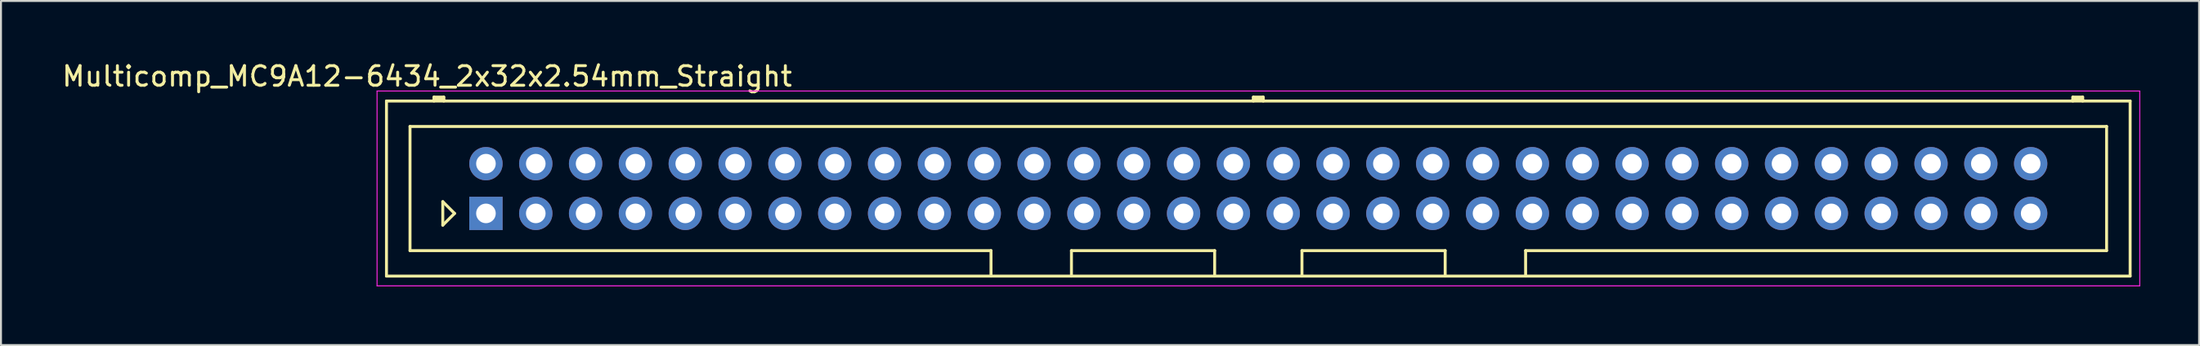
<source format=kicad_pcb>
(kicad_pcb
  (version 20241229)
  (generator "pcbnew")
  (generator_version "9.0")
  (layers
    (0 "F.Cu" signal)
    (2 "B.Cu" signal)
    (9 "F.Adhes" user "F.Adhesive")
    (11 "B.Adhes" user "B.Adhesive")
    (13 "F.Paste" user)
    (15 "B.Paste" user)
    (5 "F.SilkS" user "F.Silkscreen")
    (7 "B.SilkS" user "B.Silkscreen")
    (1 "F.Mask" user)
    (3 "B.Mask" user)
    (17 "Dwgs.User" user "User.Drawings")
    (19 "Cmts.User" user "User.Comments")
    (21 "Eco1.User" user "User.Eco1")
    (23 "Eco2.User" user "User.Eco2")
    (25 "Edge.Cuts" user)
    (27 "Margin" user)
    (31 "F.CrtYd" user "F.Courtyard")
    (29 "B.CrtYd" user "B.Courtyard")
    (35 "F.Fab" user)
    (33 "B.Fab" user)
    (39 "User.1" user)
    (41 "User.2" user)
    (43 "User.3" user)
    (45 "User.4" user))
  (footprint "Multicomp_MC9A12-6434_2x32x2.54mm_Straight"
    (layer "F.Cu")
    (at 21.72 7.848)
    (property "Reference" "Multicomp_MC9A12-6434_2x32x2.54mm_Straight" (at -3 -7 0) (layer "F.SilkS") (effects (font (size 1 1) (thickness 0.15))))
    (attr through_hole)
    (fp_line (start -5.07 -5.74) (end 83.81 -5.74) (stroke (width 0.15) (type solid)) (layer "F.SilkS"))
    (fp_line (start -5.07 3.2) (end -5.07 -5.74) (stroke (width 0.15) (type solid)) (layer "F.SilkS"))
    (fp_line (start -3.87 -4.44) (end 82.61 -4.44) (stroke (width 0.15) (type solid)) (layer "F.SilkS"))
    (fp_line (start -3.87 1.9) (end -3.87 -4.44) (stroke (width 0.15) (type solid)) (layer "F.SilkS"))
    (fp_line (start -2.65 -5.94) (end -2.15 -5.94) (stroke (width 0.15) (type solid)) (layer "F.SilkS"))
    (fp_line (start -2.65 -5.84) (end -2.15 -5.84) (stroke (width 0.15) (type solid)) (layer "F.SilkS"))
    (fp_line (start -2.65 -5.74) (end -2.65 -5.94) (stroke (width 0.15) (type solid)) (layer "F.SilkS"))
    (fp_line (start -2.2 -0.6) (end -1.6 0) (stroke (width 0.15) (type solid)) (layer "F.SilkS"))
    (fp_line (start -2.2 0.6) (end -2.2 -0.6) (stroke (width 0.15) (type solid)) (layer "F.SilkS"))
    (fp_line (start -2.15 -5.94) (end -2.15 -5.74) (stroke (width 0.15) (type solid)) (layer "F.SilkS"))
    (fp_line (start -1.6 0) (end -2.2 0.6) (stroke (width 0.15) (type solid)) (layer "F.SilkS"))
    (fp_line (start 25.745 1.9) (end -3.87 1.9) (stroke (width 0.15) (type solid)) (layer "F.SilkS"))
    (fp_line (start 25.745 3.2) (end 25.745 1.9) (stroke (width 0.15) (type solid)) (layer "F.SilkS"))
    (fp_line (start 29.845 1.9) (end 37.145 1.9) (stroke (width 0.15) (type solid)) (layer "F.SilkS"))
    (fp_line (start 29.845 3.2) (end 29.845 1.9) (stroke (width 0.15) (type solid)) (layer "F.SilkS"))
    (fp_line (start 37.145 1.9) (end 37.145 3.2) (stroke (width 0.15) (type solid)) (layer "F.SilkS"))
    (fp_line (start 39.12 -5.94) (end 39.62 -5.94) (stroke (width 0.15) (type solid)) (layer "F.SilkS"))
    (fp_line (start 39.12 -5.84) (end 39.62 -5.84) (stroke (width 0.15) (type solid)) (layer "F.SilkS"))
    (fp_line (start 39.12 -5.74) (end 39.12 -5.94) (stroke (width 0.15) (type solid)) (layer "F.SilkS"))
    (fp_line (start 39.62 -5.94) (end 39.62 -5.74) (stroke (width 0.15) (type solid)) (layer "F.SilkS"))
    (fp_line (start 41.595 1.9) (end 41.595 3.2) (stroke (width 0.15) (type solid)) (layer "F.SilkS"))
    (fp_line (start 48.895 1.9) (end 41.595 1.9) (stroke (width 0.15) (type solid)) (layer "F.SilkS"))
    (fp_line (start 48.895 3.2) (end 48.895 1.9) (stroke (width 0.15) (type solid)) (layer "F.SilkS"))
    (fp_line (start 52.995 1.9) (end 52.995 3.2) (stroke (width 0.15) (type solid)) (layer "F.SilkS"))
    (fp_line (start 80.89 -5.94) (end 81.39 -5.94) (stroke (width 0.15) (type solid)) (layer "F.SilkS"))
    (fp_line (start 80.89 -5.84) (end 81.39 -5.84) (stroke (width 0.15) (type solid)) (layer "F.SilkS"))
    (fp_line (start 80.89 -5.74) (end 80.89 -5.94) (stroke (width 0.15) (type solid)) (layer "F.SilkS"))
    (fp_line (start 81.39 -5.94) (end 81.39 -5.74) (stroke (width 0.15) (type solid)) (layer "F.SilkS"))
    (fp_line (start 82.61 -4.44) (end 82.61 1.9) (stroke (width 0.15) (type solid)) (layer "F.SilkS"))
    (fp_line (start 82.61 1.9) (end 52.995 1.9) (stroke (width 0.15) (type solid)) (layer "F.SilkS"))
    (fp_line (start 83.81 -5.74) (end 83.81 3.2) (stroke (width 0.15) (type solid)) (layer "F.SilkS"))
    (fp_line (start 83.81 3.2) (end -5.07 3.2) (stroke (width 0.15) (type solid)) (layer "F.SilkS"))
    (fp_line (start -5.55 -6.25) (end 84.3 -6.25) (stroke (width 0.05) (type solid)) (layer "F.CrtYd"))
    (fp_line (start -5.55 3.7) (end -5.55 -6.25) (stroke (width 0.05) (type solid)) (layer "F.CrtYd"))
    (fp_line (start 84.3 -6.25) (end 84.3 3.7) (stroke (width 0.05) (type solid)) (layer "F.CrtYd"))
    (fp_line (start 84.3 3.7) (end -5.55 3.7) (stroke (width 0.05) (type solid)) (layer "F.CrtYd"))
    (pad "1" thru_hole rect (at 0 0) (size 1.7 1.7) (drill 1) (layers "*.Cu" "*.Mask"))
    (pad "2" thru_hole circle (at 0 -2.54) (size 1.7 1.7) (drill 1) (layers "*.Cu" "*.Mask"))
    (pad "3" thru_hole circle (at 2.54 0) (size 1.7 1.7) (drill 1) (layers "*.Cu" "*.Mask"))
    (pad "4" thru_hole circle (at 2.54 -2.54) (size 1.7 1.7) (drill 1) (layers "*.Cu" "*.Mask"))
    (pad "5" thru_hole circle (at 5.08 0) (size 1.7 1.7) (drill 1) (layers "*.Cu" "*.Mask"))
    (pad "6" thru_hole circle (at 5.08 -2.54) (size 1.7 1.7) (drill 1) (layers "*.Cu" "*.Mask"))
    (pad "7" thru_hole circle (at 7.62 0) (size 1.7 1.7) (drill 1) (layers "*.Cu" "*.Mask"))
    (pad "8" thru_hole circle (at 7.62 -2.54) (size 1.7 1.7) (drill 1) (layers "*.Cu" "*.Mask"))
    (pad "9" thru_hole circle (at 10.16 0) (size 1.7 1.7) (drill 1) (layers "*.Cu" "*.Mask"))
    (pad "10" thru_hole circle (at 10.16 -2.54) (size 1.7 1.7) (drill 1) (layers "*.Cu" "*.Mask"))
    (pad "11" thru_hole circle (at 12.7 0) (size 1.7 1.7) (drill 1) (layers "*.Cu" "*.Mask"))
    (pad "12" thru_hole circle (at 12.7 -2.54) (size 1.7 1.7) (drill 1) (layers "*.Cu" "*.Mask"))
    (pad "13" thru_hole circle (at 15.24 0) (size 1.7 1.7) (drill 1) (layers "*.Cu" "*.Mask"))
    (pad "14" thru_hole circle (at 15.24 -2.54) (size 1.7 1.7) (drill 1) (layers "*.Cu" "*.Mask"))
    (pad "15" thru_hole circle (at 17.78 0) (size 1.7 1.7) (drill 1) (layers "*.Cu" "*.Mask"))
    (pad "16" thru_hole circle (at 17.78 -2.54) (size 1.7 1.7) (drill 1) (layers "*.Cu" "*.Mask"))
    (pad "17" thru_hole circle (at 20.32 0) (size 1.7 1.7) (drill 1) (layers "*.Cu" "*.Mask"))
    (pad "18" thru_hole circle (at 20.32 -2.54) (size 1.7 1.7) (drill 1) (layers "*.Cu" "*.Mask"))
    (pad "19" thru_hole circle (at 22.86 0) (size 1.7 1.7) (drill 1) (layers "*.Cu" "*.Mask"))
    (pad "20" thru_hole circle (at 22.86 -2.54) (size 1.7 1.7) (drill 1) (layers "*.Cu" "*.Mask"))
    (pad "21" thru_hole circle (at 25.4 0) (size 1.7 1.7) (drill 1) (layers "*.Cu" "*.Mask"))
    (pad "22" thru_hole circle (at 25.4 -2.54) (size 1.7 1.7) (drill 1) (layers "*.Cu" "*.Mask"))
    (pad "23" thru_hole circle (at 27.94 0) (size 1.7 1.7) (drill 1) (layers "*.Cu" "*.Mask"))
    (pad "24" thru_hole circle (at 27.94 -2.54) (size 1.7 1.7) (drill 1) (layers "*.Cu" "*.Mask"))
    (pad "25" thru_hole circle (at 30.48 0) (size 1.7 1.7) (drill 1) (layers "*.Cu" "*.Mask"))
    (pad "26" thru_hole circle (at 30.48 -2.54) (size 1.7 1.7) (drill 1) (layers "*.Cu" "*.Mask"))
    (pad "27" thru_hole circle (at 33.02 0) (size 1.7 1.7) (drill 1) (layers "*.Cu" "*.Mask"))
    (pad "28" thru_hole circle (at 33.02 -2.54) (size 1.7 1.7) (drill 1) (layers "*.Cu" "*.Mask"))
    (pad "29" thru_hole circle (at 35.56 0) (size 1.7 1.7) (drill 1) (layers "*.Cu" "*.Mask"))
    (pad "30" thru_hole circle (at 35.56 -2.54) (size 1.7 1.7) (drill 1) (layers "*.Cu" "*.Mask"))
    (pad "31" thru_hole circle (at 38.1 0) (size 1.7 1.7) (drill 1) (layers "*.Cu" "*.Mask"))
    (pad "32" thru_hole circle (at 38.1 -2.54) (size 1.7 1.7) (drill 1) (layers "*.Cu" "*.Mask"))
    (pad "33" thru_hole circle (at 40.64 0) (size 1.7 1.7) (drill 1) (layers "*.Cu" "*.Mask"))
    (pad "34" thru_hole circle (at 40.64 -2.54) (size 1.7 1.7) (drill 1) (layers "*.Cu" "*.Mask"))
    (pad "35" thru_hole circle (at 43.18 0) (size 1.7 1.7) (drill 1) (layers "*.Cu" "*.Mask"))
    (pad "36" thru_hole circle (at 43.18 -2.54) (size 1.7 1.7) (drill 1) (layers "*.Cu" "*.Mask"))
    (pad "37" thru_hole circle (at 45.72 0) (size 1.7 1.7) (drill 1) (layers "*.Cu" "*.Mask"))
    (pad "38" thru_hole circle (at 45.72 -2.54) (size 1.7 1.7) (drill 1) (layers "*.Cu" "*.Mask"))
    (pad "39" thru_hole circle (at 48.26 0) (size 1.7 1.7) (drill 1) (layers "*.Cu" "*.Mask"))
    (pad "40" thru_hole circle (at 48.26 -2.54) (size 1.7 1.7) (drill 1) (layers "*.Cu" "*.Mask"))
    (pad "41" thru_hole circle (at 50.8 0) (size 1.7 1.7) (drill 1) (layers "*.Cu" "*.Mask"))
    (pad "42" thru_hole circle (at 50.8 -2.54) (size 1.7 1.7) (drill 1) (layers "*.Cu" "*.Mask"))
    (pad "43" thru_hole circle (at 53.34 0) (size 1.7 1.7) (drill 1) (layers "*.Cu" "*.Mask"))
    (pad "44" thru_hole circle (at 53.34 -2.54) (size 1.7 1.7) (drill 1) (layers "*.Cu" "*.Mask"))
    (pad "45" thru_hole circle (at 55.88 0) (size 1.7 1.7) (drill 1) (layers "*.Cu" "*.Mask"))
    (pad "46" thru_hole circle (at 55.88 -2.54) (size 1.7 1.7) (drill 1) (layers "*.Cu" "*.Mask"))
    (pad "47" thru_hole circle (at 58.42 0) (size 1.7 1.7) (drill 1) (layers "*.Cu" "*.Mask"))
    (pad "48" thru_hole circle (at 58.42 -2.54) (size 1.7 1.7) (drill 1) (layers "*.Cu" "*.Mask"))
    (pad "49" thru_hole circle (at 60.96 0) (size 1.7 1.7) (drill 1) (layers "*.Cu" "*.Mask"))
    (pad "50" thru_hole circle (at 60.96 -2.54) (size 1.7 1.7) (drill 1) (layers "*.Cu" "*.Mask"))
    (pad "51" thru_hole circle (at 63.5 0) (size 1.7 1.7) (drill 1) (layers "*.Cu" "*.Mask"))
    (pad "52" thru_hole circle (at 63.5 -2.54) (size 1.7 1.7) (drill 1) (layers "*.Cu" "*.Mask"))
    (pad "53" thru_hole circle (at 66.04 0) (size 1.7 1.7) (drill 1) (layers "*.Cu" "*.Mask"))
    (pad "54" thru_hole circle (at 66.04 -2.54) (size 1.7 1.7) (drill 1) (layers "*.Cu" "*.Mask"))
    (pad "55" thru_hole circle (at 68.58 0) (size 1.7 1.7) (drill 1) (layers "*.Cu" "*.Mask"))
    (pad "56" thru_hole circle (at 68.58 -2.54) (size 1.7 1.7) (drill 1) (layers "*.Cu" "*.Mask"))
    (pad "57" thru_hole circle (at 71.12 0) (size 1.7 1.7) (drill 1) (layers "*.Cu" "*.Mask"))
    (pad "58" thru_hole circle (at 71.12 -2.54) (size 1.7 1.7) (drill 1) (layers "*.Cu" "*.Mask"))
    (pad "59" thru_hole circle (at 73.66 0) (size 1.7 1.7) (drill 1) (layers "*.Cu" "*.Mask"))
    (pad "60" thru_hole circle (at 73.66 -2.54) (size 1.7 1.7) (drill 1) (layers "*.Cu" "*.Mask"))
    (pad "61" thru_hole circle (at 76.2 0) (size 1.7 1.7) (drill 1) (layers "*.Cu" "*.Mask"))
    (pad "62" thru_hole circle (at 76.2 -2.54) (size 1.7 1.7) (drill 1) (layers "*.Cu" "*.Mask"))
    (pad "63" thru_hole circle (at 78.74 0) (size 1.7 1.7) (drill 1) (layers "*.Cu" "*.Mask"))
    (pad "64" thru_hole circle (at 78.74 -2.54) (size 1.7 1.7) (drill 1) (layers "*.Cu" "*.Mask")))
  (gr_rect
    (start -3 -3)
    (end 109.045 14.573)
    (stroke (width 0.1) (type default))
    (fill no)
    (layer "Edge.Cuts")))
</source>
